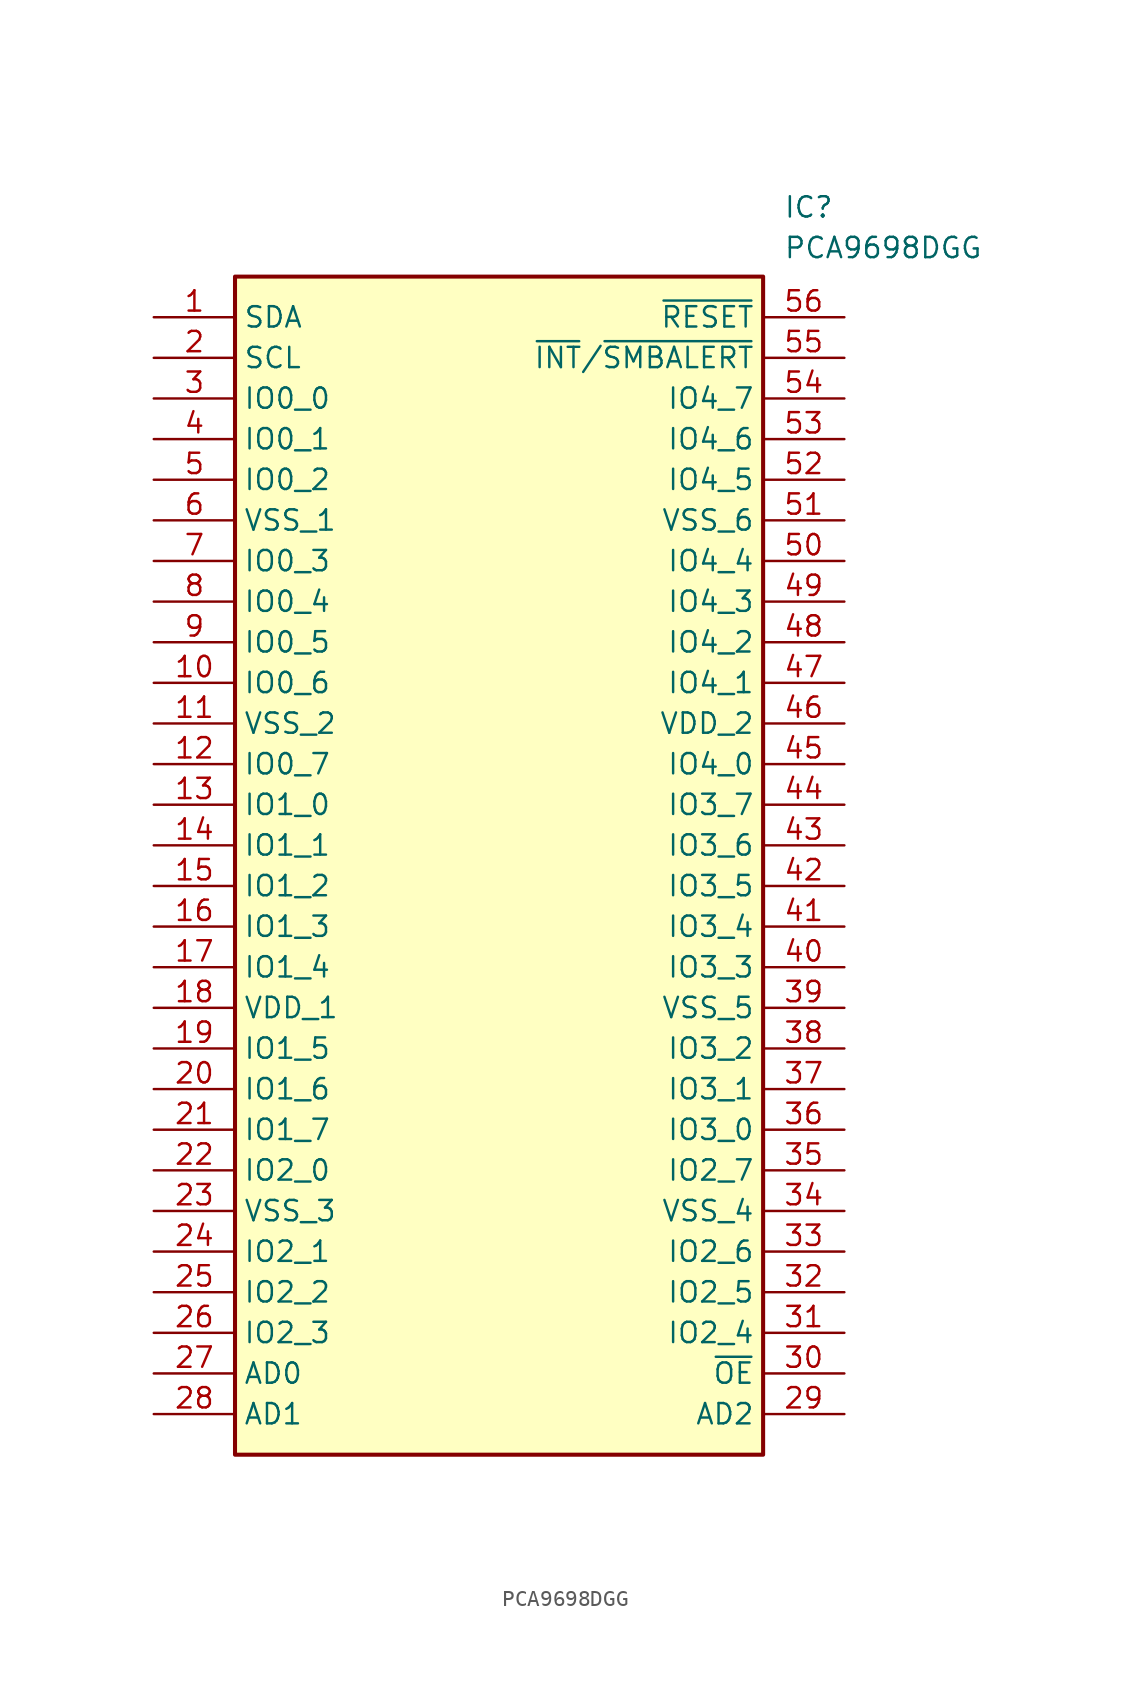
<source format=kicad_sym>
(kicad_symbol_lib
  (version 20211014)
  (generator SamacSys_ECAD_Model)
  (symbol "PCA9698DGG"
    (property "Reference" "IC"
      (at 39.37 7.62 0)
      (effects (font (size 1.27 1.27)) (justify left top)))
    (property "Value" "PCA9698DGG"
      (at 39.37 5.08 0)
      (effects (font (size 1.27 1.27)) (justify left top)))
    (rectangle
      (start 5.08 2.54)
      (end 38.1 -71.12)
      (stroke (width 0.254) (type default))
      (fill (type background)))
    (pin passive line
      (at 0 0 0)
      (length 5.08)
      (name "SDA" (effects (font (size 1.27 1.27))))
      (number "1" (effects (font (size 1.27 1.27)))))
    (pin passive line
      (at 0 -2.54 0)
      (length 5.08)
      (name "SCL" (effects (font (size 1.27 1.27))))
      (number "2" (effects (font (size 1.27 1.27)))))
    (pin passive line
      (at 0 -5.08 0)
      (length 5.08)
      (name "IO0_0" (effects (font (size 1.27 1.27))))
      (number "3" (effects (font (size 1.27 1.27)))))
    (pin passive line
      (at 0 -7.62 0)
      (length 5.08)
      (name "IO0_1" (effects (font (size 1.27 1.27))))
      (number "4" (effects (font (size 1.27 1.27)))))
    (pin passive line
      (at 0 -10.16 0)
      (length 5.08)
      (name "IO0_2" (effects (font (size 1.27 1.27))))
      (number "5" (effects (font (size 1.27 1.27)))))
    (pin passive line
      (at 0 -12.7 0)
      (length 5.08)
      (name "VSS_1" (effects (font (size 1.27 1.27))))
      (number "6" (effects (font (size 1.27 1.27)))))
    (pin passive line
      (at 0 -15.24 0)
      (length 5.08)
      (name "IO0_3" (effects (font (size 1.27 1.27))))
      (number "7" (effects (font (size 1.27 1.27)))))
    (pin passive line
      (at 0 -17.78 0)
      (length 5.08)
      (name "IO0_4" (effects (font (size 1.27 1.27))))
      (number "8" (effects (font (size 1.27 1.27)))))
    (pin passive line
      (at 0 -20.32 0)
      (length 5.08)
      (name "IO0_5" (effects (font (size 1.27 1.27))))
      (number "9" (effects (font (size 1.27 1.27)))))
    (pin passive line
      (at 0 -22.86 0)
      (length 5.08)
      (name "IO0_6" (effects (font (size 1.27 1.27))))
      (number "10" (effects (font (size 1.27 1.27)))))
    (pin passive line
      (at 0 -25.4 0)
      (length 5.08)
      (name "VSS_2" (effects (font (size 1.27 1.27))))
      (number "11" (effects (font (size 1.27 1.27)))))
    (pin passive line
      (at 0 -27.94 0)
      (length 5.08)
      (name "IO0_7" (effects (font (size 1.27 1.27))))
      (number "12" (effects (font (size 1.27 1.27)))))
    (pin passive line
      (at 0 -30.48 0)
      (length 5.08)
      (name "IO1_0" (effects (font (size 1.27 1.27))))
      (number "13" (effects (font (size 1.27 1.27)))))
    (pin passive line
      (at 0 -33.02 0)
      (length 5.08)
      (name "IO1_1" (effects (font (size 1.27 1.27))))
      (number "14" (effects (font (size 1.27 1.27)))))
    (pin passive line
      (at 0 -35.56 0)
      (length 5.08)
      (name "IO1_2" (effects (font (size 1.27 1.27))))
      (number "15" (effects (font (size 1.27 1.27)))))
    (pin passive line
      (at 0 -38.1 0)
      (length 5.08)
      (name "IO1_3" (effects (font (size 1.27 1.27))))
      (number "16" (effects (font (size 1.27 1.27)))))
    (pin passive line
      (at 0 -40.64 0)
      (length 5.08)
      (name "IO1_4" (effects (font (size 1.27 1.27))))
      (number "17" (effects (font (size 1.27 1.27)))))
    (pin passive line
      (at 0 -43.18 0)
      (length 5.08)
      (name "VDD_1" (effects (font (size 1.27 1.27))))
      (number "18" (effects (font (size 1.27 1.27)))))
    (pin passive line
      (at 0 -45.72 0)
      (length 5.08)
      (name "IO1_5" (effects (font (size 1.27 1.27))))
      (number "19" (effects (font (size 1.27 1.27)))))
    (pin passive line
      (at 0 -48.26 0)
      (length 5.08)
      (name "IO1_6" (effects (font (size 1.27 1.27))))
      (number "20" (effects (font (size 1.27 1.27)))))
    (pin passive line
      (at 0 -50.8 0)
      (length 5.08)
      (name "IO1_7" (effects (font (size 1.27 1.27))))
      (number "21" (effects (font (size 1.27 1.27)))))
    (pin passive line
      (at 0 -53.34 0)
      (length 5.08)
      (name "IO2_0" (effects (font (size 1.27 1.27))))
      (number "22" (effects (font (size 1.27 1.27)))))
    (pin passive line
      (at 0 -55.88 0)
      (length 5.08)
      (name "VSS_3" (effects (font (size 1.27 1.27))))
      (number "23" (effects (font (size 1.27 1.27)))))
    (pin passive line
      (at 0 -58.42 0)
      (length 5.08)
      (name "IO2_1" (effects (font (size 1.27 1.27))))
      (number "24" (effects (font (size 1.27 1.27)))))
    (pin passive line
      (at 0 -60.96 0)
      (length 5.08)
      (name "IO2_2" (effects (font (size 1.27 1.27))))
      (number "25" (effects (font (size 1.27 1.27)))))
    (pin passive line
      (at 0 -63.5 0)
      (length 5.08)
      (name "IO2_3" (effects (font (size 1.27 1.27))))
      (number "26" (effects (font (size 1.27 1.27)))))
    (pin passive line
      (at 0 -66.04 0)
      (length 5.08)
      (name "AD0" (effects (font (size 1.27 1.27))))
      (number "27" (effects (font (size 1.27 1.27)))))
    (pin passive line
      (at 0 -68.58 0)
      (length 5.08)
      (name "AD1" (effects (font (size 1.27 1.27))))
      (number "28" (effects (font (size 1.27 1.27)))))
    (pin passive line
      (at 43.18 0 180)
      (length 5.08)
      (name "~{RESET}" (effects (font (size 1.27 1.27))))
      (number "56" (effects (font (size 1.27 1.27)))))
    (pin passive line
      (at 43.18 -2.54 180)
      (length 5.08)
      (name "~{INT}/~{SMBALERT}" (effects (font (size 1.27 1.27))))
      (number "55" (effects (font (size 1.27 1.27)))))
    (pin passive line
      (at 43.18 -5.08 180)
      (length 5.08)
      (name "IO4_7" (effects (font (size 1.27 1.27))))
      (number "54" (effects (font (size 1.27 1.27)))))
    (pin passive line
      (at 43.18 -7.62 180)
      (length 5.08)
      (name "IO4_6" (effects (font (size 1.27 1.27))))
      (number "53" (effects (font (size 1.27 1.27)))))
    (pin passive line
      (at 43.18 -10.16 180)
      (length 5.08)
      (name "IO4_5" (effects (font (size 1.27 1.27))))
      (number "52" (effects (font (size 1.27 1.27)))))
    (pin passive line
      (at 43.18 -12.7 180)
      (length 5.08)
      (name "VSS_6" (effects (font (size 1.27 1.27))))
      (number "51" (effects (font (size 1.27 1.27)))))
    (pin passive line
      (at 43.18 -15.24 180)
      (length 5.08)
      (name "IO4_4" (effects (font (size 1.27 1.27))))
      (number "50" (effects (font (size 1.27 1.27)))))
    (pin passive line
      (at 43.18 -17.78 180)
      (length 5.08)
      (name "IO4_3" (effects (font (size 1.27 1.27))))
      (number "49" (effects (font (size 1.27 1.27)))))
    (pin passive line
      (at 43.18 -20.32 180)
      (length 5.08)
      (name "IO4_2" (effects (font (size 1.27 1.27))))
      (number "48" (effects (font (size 1.27 1.27)))))
    (pin passive line
      (at 43.18 -22.86 180)
      (length 5.08)
      (name "IO4_1" (effects (font (size 1.27 1.27))))
      (number "47" (effects (font (size 1.27 1.27)))))
    (pin passive line
      (at 43.18 -25.4 180)
      (length 5.08)
      (name "VDD_2" (effects (font (size 1.27 1.27))))
      (number "46" (effects (font (size 1.27 1.27)))))
    (pin passive line
      (at 43.18 -27.94 180)
      (length 5.08)
      (name "IO4_0" (effects (font (size 1.27 1.27))))
      (number "45" (effects (font (size 1.27 1.27)))))
    (pin passive line
      (at 43.18 -30.48 180)
      (length 5.08)
      (name "IO3_7" (effects (font (size 1.27 1.27))))
      (number "44" (effects (font (size 1.27 1.27)))))
    (pin passive line
      (at 43.18 -33.02 180)
      (length 5.08)
      (name "IO3_6" (effects (font (size 1.27 1.27))))
      (number "43" (effects (font (size 1.27 1.27)))))
    (pin passive line
      (at 43.18 -35.56 180)
      (length 5.08)
      (name "IO3_5" (effects (font (size 1.27 1.27))))
      (number "42" (effects (font (size 1.27 1.27)))))
    (pin passive line
      (at 43.18 -38.1 180)
      (length 5.08)
      (name "IO3_4" (effects (font (size 1.27 1.27))))
      (number "41" (effects (font (size 1.27 1.27)))))
    (pin passive line
      (at 43.18 -40.64 180)
      (length 5.08)
      (name "IO3_3" (effects (font (size 1.27 1.27))))
      (number "40" (effects (font (size 1.27 1.27)))))
    (pin passive line
      (at 43.18 -43.18 180)
      (length 5.08)
      (name "VSS_5" (effects (font (size 1.27 1.27))))
      (number "39" (effects (font (size 1.27 1.27)))))
    (pin passive line
      (at 43.18 -45.72 180)
      (length 5.08)
      (name "IO3_2" (effects (font (size 1.27 1.27))))
      (number "38" (effects (font (size 1.27 1.27)))))
    (pin passive line
      (at 43.18 -48.26 180)
      (length 5.08)
      (name "IO3_1" (effects (font (size 1.27 1.27))))
      (number "37" (effects (font (size 1.27 1.27)))))
    (pin passive line
      (at 43.18 -50.8 180)
      (length 5.08)
      (name "IO3_0" (effects (font (size 1.27 1.27))))
      (number "36" (effects (font (size 1.27 1.27)))))
    (pin passive line
      (at 43.18 -53.34 180)
      (length 5.08)
      (name "IO2_7" (effects (font (size 1.27 1.27))))
      (number "35" (effects (font (size 1.27 1.27)))))
    (pin passive line
      (at 43.18 -55.88 180)
      (length 5.08)
      (name "VSS_4" (effects (font (size 1.27 1.27))))
      (number "34" (effects (font (size 1.27 1.27)))))
    (pin passive line
      (at 43.18 -58.42 180)
      (length 5.08)
      (name "IO2_6" (effects (font (size 1.27 1.27))))
      (number "33" (effects (font (size 1.27 1.27)))))
    (pin passive line
      (at 43.18 -60.96 180)
      (length 5.08)
      (name "IO2_5" (effects (font (size 1.27 1.27))))
      (number "32" (effects (font (size 1.27 1.27)))))
    (pin passive line
      (at 43.18 -63.5 180)
      (length 5.08)
      (name "IO2_4" (effects (font (size 1.27 1.27))))
      (number "31" (effects (font (size 1.27 1.27)))))
    (pin passive line
      (at 43.18 -66.04 180)
      (length 5.08)
      (name "~{OE}" (effects (font (size 1.27 1.27))))
      (number "30" (effects (font (size 1.27 1.27)))))
    (pin passive line
      (at 43.18 -68.58 180)
      (length 5.08)
      (name "AD2" (effects (font (size 1.27 1.27))))
      (number "29" (effects (font (size 1.27 1.27)))))))
</source>
